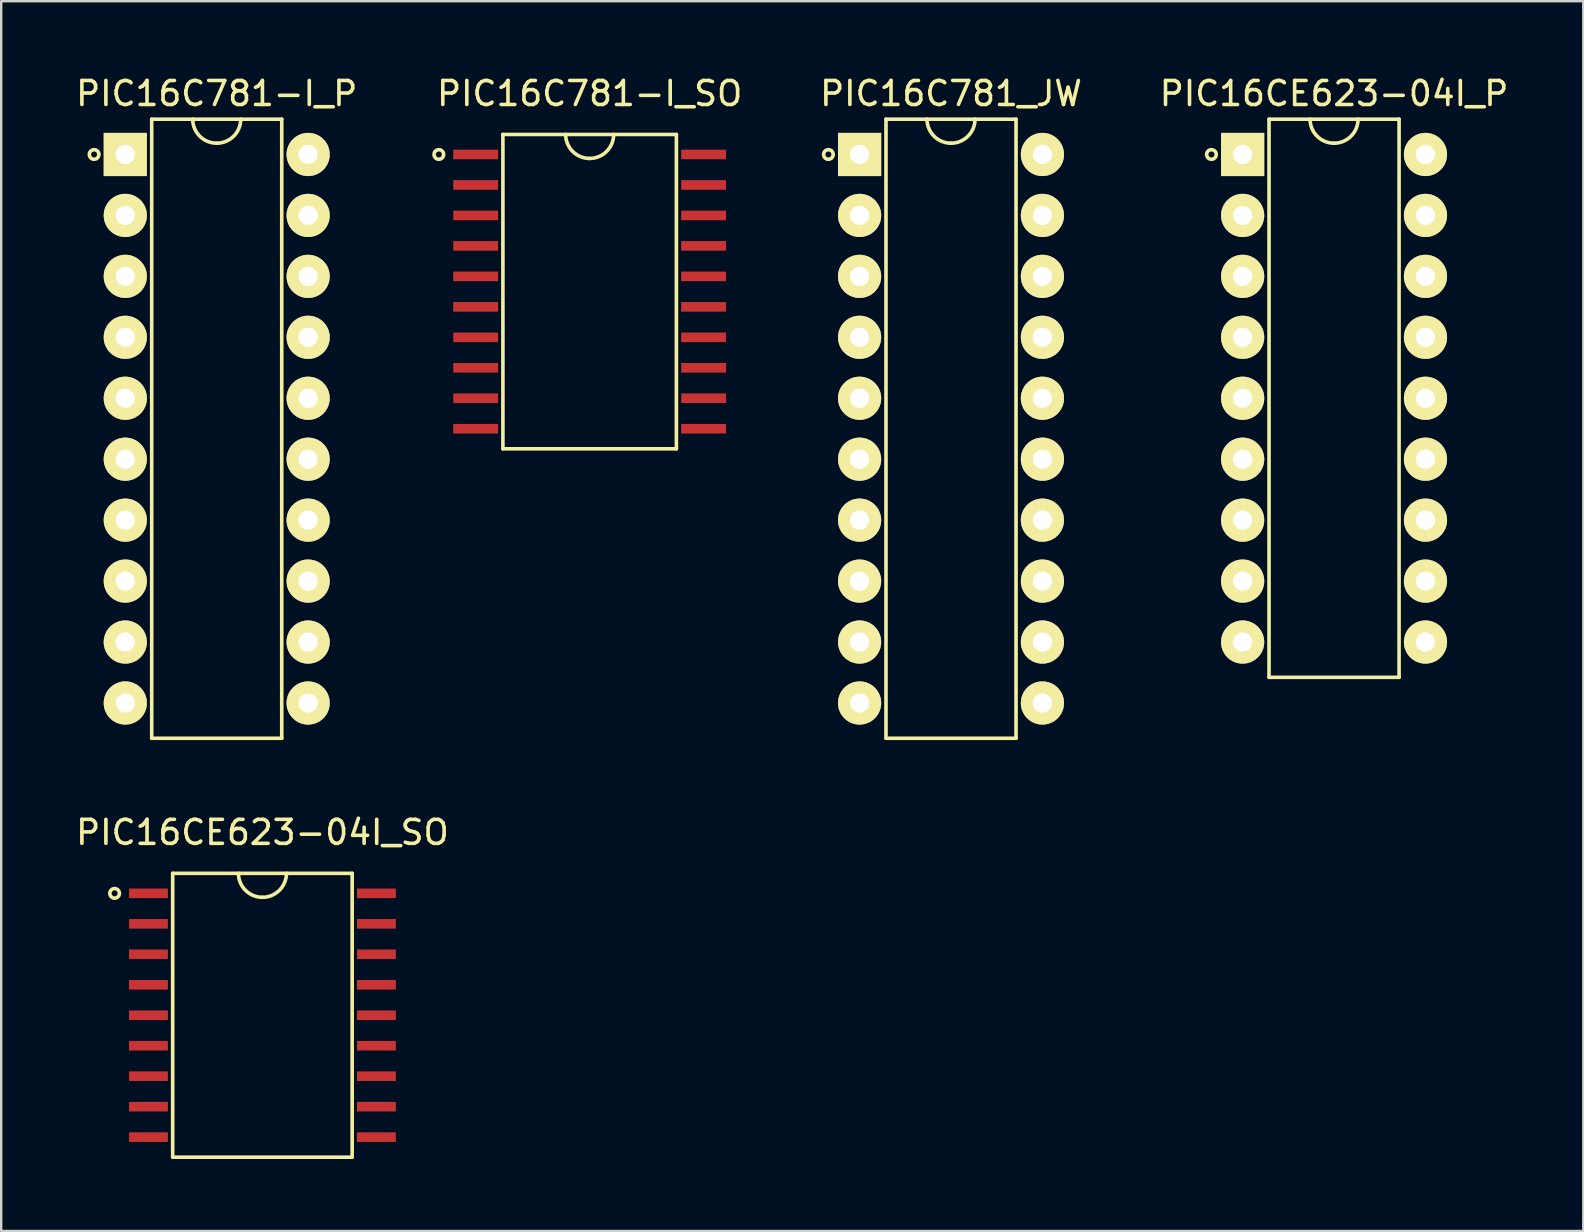
<source format=kicad_pcb>
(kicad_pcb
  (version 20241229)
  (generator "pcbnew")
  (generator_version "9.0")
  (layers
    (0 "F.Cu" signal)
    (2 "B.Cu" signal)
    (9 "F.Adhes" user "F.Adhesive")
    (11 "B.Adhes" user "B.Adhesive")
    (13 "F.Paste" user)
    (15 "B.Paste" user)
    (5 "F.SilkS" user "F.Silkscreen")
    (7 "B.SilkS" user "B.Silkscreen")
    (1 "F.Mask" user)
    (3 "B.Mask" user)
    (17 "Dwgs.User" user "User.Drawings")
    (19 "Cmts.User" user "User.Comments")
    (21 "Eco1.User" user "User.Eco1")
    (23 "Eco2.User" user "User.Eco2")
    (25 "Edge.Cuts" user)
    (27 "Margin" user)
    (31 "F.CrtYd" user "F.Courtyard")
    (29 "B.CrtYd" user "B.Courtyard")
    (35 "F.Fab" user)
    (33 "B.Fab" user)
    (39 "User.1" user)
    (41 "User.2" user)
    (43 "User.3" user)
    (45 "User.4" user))
  (footprint "PIC16CE623-04I_SO"
    (layer "F.Cu")
    (at 3.137 34.181)
    (property "Reference" "PIC16CE623-04I_SO" (at 4.75 -2.54 0) (layer "F.SilkS") (effects (font (size 1 1) (thickness 0.15))))
    (attr through_hole)
    (fp_line (start 1.01 -0.835) (end 8.49 -0.835) (stroke (width 0.15) (type solid)) (layer "F.SilkS"))
    (fp_line (start 1.01 10.995) (end 1.01 -0.835) (stroke (width 0.15) (type solid)) (layer "F.SilkS"))
    (fp_line (start 8.49 -0.835) (end 8.49 10.995) (stroke (width 0.15) (type solid)) (layer "F.SilkS"))
    (fp_line (start 8.49 10.995) (end 1.01 10.995) (stroke (width 0.15) (type solid)) (layer "F.SilkS"))
    (fp_arc (start 4.75 0.165) (mid 4.042893 -0.127893) (end 3.75 -0.835) (stroke (width 0.15) (type solid)) (layer "F.SilkS"))
    (fp_arc (start 5.75 -0.835) (mid 5.457107 -0.127893) (end 4.75 0.165) (stroke (width 0.15) (type solid)) (layer "F.SilkS"))
    (fp_circle (center -1.41 0) (end -1.41 0.2) (stroke (width 0.15) (type solid)) (fill no) (layer "F.SilkS"))
    (pad "1" smd rect (at 0 0) (size 1.62 0.4) (layers "F.Cu" "F.Mask" "F.Paste"))
    (pad "2" smd rect (at 0 1.27) (size 1.62 0.4) (layers "F.Cu" "F.Mask" "F.Paste"))
    (pad "3" smd rect (at 0 2.54) (size 1.62 0.4) (layers "F.Cu" "F.Mask" "F.Paste"))
    (pad "4" smd rect (at 0 3.81) (size 1.62 0.4) (layers "F.Cu" "F.Mask" "F.Paste"))
    (pad "5" smd rect (at 0 5.08) (size 1.62 0.4) (layers "F.Cu" "F.Mask" "F.Paste"))
    (pad "6" smd rect (at 0 6.35) (size 1.62 0.4) (layers "F.Cu" "F.Mask" "F.Paste"))
    (pad "7" smd rect (at 0 7.62) (size 1.62 0.4) (layers "F.Cu" "F.Mask" "F.Paste"))
    (pad "8" smd rect (at 0 8.89) (size 1.62 0.4) (layers "F.Cu" "F.Mask" "F.Paste"))
    (pad "9" smd rect (at 0 10.16) (size 1.62 0.4) (layers "F.Cu" "F.Mask" "F.Paste"))
    (pad "10" smd rect (at 9.5 10.16) (size 1.62 0.4) (layers "F.Cu" "F.Mask" "F.Paste"))
    (pad "11" smd rect (at 9.5 8.89) (size 1.62 0.4) (layers "F.Cu" "F.Mask" "F.Paste"))
    (pad "12" smd rect (at 9.5 7.62) (size 1.62 0.4) (layers "F.Cu" "F.Mask" "F.Paste"))
    (pad "13" smd rect (at 9.5 6.35) (size 1.62 0.4) (layers "F.Cu" "F.Mask" "F.Paste"))
    (pad "14" smd rect (at 9.5 5.08) (size 1.62 0.4) (layers "F.Cu" "F.Mask" "F.Paste"))
    (pad "15" smd rect (at 9.5 3.81) (size 1.62 0.4) (layers "F.Cu" "F.Mask" "F.Paste"))
    (pad "16" smd rect (at 9.5 2.54) (size 1.62 0.4) (layers "F.Cu" "F.Mask" "F.Paste"))
    (pad "17" smd rect (at 9.5 1.27) (size 1.62 0.4) (layers "F.Cu" "F.Mask" "F.Paste"))
    (pad "18" smd rect (at 9.5 0) (size 1.62 0.4) (layers "F.Cu" "F.Mask" "F.Paste")))
  (footprint "PIC16C781-I_SO"
    (layer "F.Cu")
    (at 16.774 3.388)
    (property "Reference" "PIC16C781-I_SO" (at 4.75 -2.54 0) (layer "F.SilkS") (effects (font (size 1 1) (thickness 0.15))))
    (attr through_hole)
    (fp_line (start 1.135 -0.835) (end 8.365 -0.835) (stroke (width 0.15) (type solid)) (layer "F.SilkS"))
    (fp_line (start 1.135 12.265) (end 1.135 -0.835) (stroke (width 0.15) (type solid)) (layer "F.SilkS"))
    (fp_line (start 8.365 -0.835) (end 8.365 12.265) (stroke (width 0.15) (type solid)) (layer "F.SilkS"))
    (fp_line (start 8.365 12.265) (end 1.135 12.265) (stroke (width 0.15) (type solid)) (layer "F.SilkS"))
    (fp_arc (start 4.75 0.165) (mid 4.042893 -0.127893) (end 3.75 -0.835) (stroke (width 0.15) (type solid)) (layer "F.SilkS"))
    (fp_arc (start 5.75 -0.835) (mid 5.457107 -0.127893) (end 4.75 0.165) (stroke (width 0.15) (type solid)) (layer "F.SilkS"))
    (fp_circle (center -1.535 0) (end -1.535 0.2) (stroke (width 0.15) (type solid)) (fill no) (layer "F.SilkS"))
    (pad "1" smd rect (at 0 0) (size 1.87 0.4) (layers "F.Cu" "F.Mask" "F.Paste"))
    (pad "2" smd rect (at 0 1.27) (size 1.87 0.4) (layers "F.Cu" "F.Mask" "F.Paste"))
    (pad "3" smd rect (at 0 2.54) (size 1.87 0.4) (layers "F.Cu" "F.Mask" "F.Paste"))
    (pad "4" smd rect (at 0 3.81) (size 1.87 0.4) (layers "F.Cu" "F.Mask" "F.Paste"))
    (pad "5" smd rect (at 0 5.08) (size 1.87 0.4) (layers "F.Cu" "F.Mask" "F.Paste"))
    (pad "6" smd rect (at 0 6.35) (size 1.87 0.4) (layers "F.Cu" "F.Mask" "F.Paste"))
    (pad "7" smd rect (at 0 7.62) (size 1.87 0.4) (layers "F.Cu" "F.Mask" "F.Paste"))
    (pad "8" smd rect (at 0 8.89) (size 1.87 0.4) (layers "F.Cu" "F.Mask" "F.Paste"))
    (pad "9" smd rect (at 0 10.16) (size 1.87 0.4) (layers "F.Cu" "F.Mask" "F.Paste"))
    (pad "10" smd rect (at 0 11.43) (size 1.87 0.4) (layers "F.Cu" "F.Mask" "F.Paste"))
    (pad "11" smd rect (at 9.5 11.43) (size 1.87 0.4) (layers "F.Cu" "F.Mask" "F.Paste"))
    (pad "12" smd rect (at 9.5 10.16) (size 1.87 0.4) (layers "F.Cu" "F.Mask" "F.Paste"))
    (pad "13" smd rect (at 9.5 8.89) (size 1.87 0.4) (layers "F.Cu" "F.Mask" "F.Paste"))
    (pad "14" smd rect (at 9.5 7.62) (size 1.87 0.4) (layers "F.Cu" "F.Mask" "F.Paste"))
    (pad "15" smd rect (at 9.5 6.35) (size 1.87 0.4) (layers "F.Cu" "F.Mask" "F.Paste"))
    (pad "16" smd rect (at 9.5 5.08) (size 1.87 0.4) (layers "F.Cu" "F.Mask" "F.Paste"))
    (pad "17" smd rect (at 9.5 3.81) (size 1.87 0.4) (layers "F.Cu" "F.Mask" "F.Paste"))
    (pad "18" smd rect (at 9.5 2.54) (size 1.87 0.4) (layers "F.Cu" "F.Mask" "F.Paste"))
    (pad "19" smd rect (at 9.5 1.27) (size 1.87 0.4) (layers "F.Cu" "F.Mask" "F.Paste"))
    (pad "20" smd rect (at 9.5 0) (size 1.87 0.4) (layers "F.Cu" "F.Mask" "F.Paste")))
  (footprint "PIC16CE623-04I_P"
    (layer "F.Cu")
    (at 48.738 3.388)
    (property "Reference" "PIC16CE623-04I_P" (at 3.81 -2.54 0) (layer "F.SilkS") (effects (font (size 1 1) (thickness 0.15))))
    (attr through_hole)
    (fp_line (start 1.1 -1.47) (end 6.52 -1.47) (stroke (width 0.15) (type solid)) (layer "F.SilkS"))
    (fp_line (start 1.1 21.79) (end 1.1 -1.47) (stroke (width 0.15) (type solid)) (layer "F.SilkS"))
    (fp_line (start 6.52 -1.47) (end 6.52 21.79) (stroke (width 0.15) (type solid)) (layer "F.SilkS"))
    (fp_line (start 6.52 21.79) (end 1.1 21.79) (stroke (width 0.15) (type solid)) (layer "F.SilkS"))
    (fp_arc (start 3.81 -0.47) (mid 3.102893 -0.762893) (end 2.81 -1.47) (stroke (width 0.15) (type solid)) (layer "F.SilkS"))
    (fp_arc (start 4.81 -1.47) (mid 4.517107 -0.762893) (end 3.81 -0.47) (stroke (width 0.15) (type solid)) (layer "F.SilkS"))
    (fp_circle (center -1.3 0) (end -1.3 0.2) (stroke (width 0.15) (type solid)) (fill no) (layer "F.SilkS"))
    (pad "1" thru_hole rect (at 0 0) (size 1.8 1.8) (drill 0.8) (layers "*.Cu" "*.Mask" "F.SilkS"))
    (pad "2" thru_hole circle (at 0 2.54) (size 1.8 1.8) (drill 0.8) (layers "*.Cu" "*.Mask" "F.SilkS"))
    (pad "3" thru_hole circle (at 0 5.08) (size 1.8 1.8) (drill 0.8) (layers "*.Cu" "*.Mask" "F.SilkS"))
    (pad "4" thru_hole circle (at 0 7.62) (size 1.8 1.8) (drill 0.8) (layers "*.Cu" "*.Mask" "F.SilkS"))
    (pad "5" thru_hole circle (at 0 10.16) (size 1.8 1.8) (drill 0.8) (layers "*.Cu" "*.Mask" "F.SilkS"))
    (pad "6" thru_hole circle (at 0 12.7) (size 1.8 1.8) (drill 0.8) (layers "*.Cu" "*.Mask" "F.SilkS"))
    (pad "7" thru_hole circle (at 0 15.24) (size 1.8 1.8) (drill 0.8) (layers "*.Cu" "*.Mask" "F.SilkS"))
    (pad "8" thru_hole circle (at 0 17.78) (size 1.8 1.8) (drill 0.8) (layers "*.Cu" "*.Mask" "F.SilkS"))
    (pad "9" thru_hole circle (at 0 20.32) (size 1.8 1.8) (drill 0.8) (layers "*.Cu" "*.Mask" "F.SilkS"))
    (pad "10" thru_hole circle (at 7.62 20.32) (size 1.8 1.8) (drill 0.8) (layers "*.Cu" "*.Mask" "F.SilkS"))
    (pad "11" thru_hole circle (at 7.62 17.78) (size 1.8 1.8) (drill 0.8) (layers "*.Cu" "*.Mask" "F.SilkS"))
    (pad "12" thru_hole circle (at 7.62 15.24) (size 1.8 1.8) (drill 0.8) (layers "*.Cu" "*.Mask" "F.SilkS"))
    (pad "13" thru_hole circle (at 7.62 12.7) (size 1.8 1.8) (drill 0.8) (layers "*.Cu" "*.Mask" "F.SilkS"))
    (pad "14" thru_hole circle (at 7.62 10.16) (size 1.8 1.8) (drill 0.8) (layers "*.Cu" "*.Mask" "F.SilkS"))
    (pad "15" thru_hole circle (at 7.62 7.62) (size 1.8 1.8) (drill 0.8) (layers "*.Cu" "*.Mask" "F.SilkS"))
    (pad "16" thru_hole circle (at 7.62 5.08) (size 1.8 1.8) (drill 0.8) (layers "*.Cu" "*.Mask" "F.SilkS"))
    (pad "17" thru_hole circle (at 7.62 2.54) (size 1.8 1.8) (drill 0.8) (layers "*.Cu" "*.Mask" "F.SilkS"))
    (pad "18" thru_hole circle (at 7.62 0) (size 1.8 1.8) (drill 0.8) (layers "*.Cu" "*.Mask" "F.SilkS")))
  (footprint "PIC16C781_JW"
    (layer "F.Cu")
    (at 32.774 3.388)
    (property "Reference" "PIC16C781_JW" (at 3.81 -2.54 0) (layer "F.SilkS") (effects (font (size 1 1) (thickness 0.15))))
    (attr through_hole)
    (fp_line (start 1.1 -1.47) (end 6.52 -1.47) (stroke (width 0.15) (type solid)) (layer "F.SilkS"))
    (fp_line (start 1.1 24.33) (end 1.1 -1.47) (stroke (width 0.15) (type solid)) (layer "F.SilkS"))
    (fp_line (start 6.52 -1.47) (end 6.52 24.33) (stroke (width 0.15) (type solid)) (layer "F.SilkS"))
    (fp_line (start 6.52 24.33) (end 1.1 24.33) (stroke (width 0.15) (type solid)) (layer "F.SilkS"))
    (fp_arc (start 3.81 -0.47) (mid 3.102893 -0.762893) (end 2.81 -1.47) (stroke (width 0.15) (type solid)) (layer "F.SilkS"))
    (fp_arc (start 4.81 -1.47) (mid 4.517107 -0.762893) (end 3.81 -0.47) (stroke (width 0.15) (type solid)) (layer "F.SilkS"))
    (fp_circle (center -1.3 0) (end -1.3 0.2) (stroke (width 0.15) (type solid)) (fill no) (layer "F.SilkS"))
    (pad "1" thru_hole rect (at 0 0) (size 1.8 1.8) (drill 0.8) (layers "*.Cu" "*.Mask" "F.SilkS"))
    (pad "2" thru_hole circle (at 0 2.54) (size 1.8 1.8) (drill 0.8) (layers "*.Cu" "*.Mask" "F.SilkS"))
    (pad "3" thru_hole circle (at 0 5.08) (size 1.8 1.8) (drill 0.8) (layers "*.Cu" "*.Mask" "F.SilkS"))
    (pad "4" thru_hole circle (at 0 7.62) (size 1.8 1.8) (drill 0.8) (layers "*.Cu" "*.Mask" "F.SilkS"))
    (pad "5" thru_hole circle (at 0 10.16) (size 1.8 1.8) (drill 0.8) (layers "*.Cu" "*.Mask" "F.SilkS"))
    (pad "6" thru_hole circle (at 0 12.7) (size 1.8 1.8) (drill 0.8) (layers "*.Cu" "*.Mask" "F.SilkS"))
    (pad "7" thru_hole circle (at 0 15.24) (size 1.8 1.8) (drill 0.8) (layers "*.Cu" "*.Mask" "F.SilkS"))
    (pad "8" thru_hole circle (at 0 17.78) (size 1.8 1.8) (drill 0.8) (layers "*.Cu" "*.Mask" "F.SilkS"))
    (pad "9" thru_hole circle (at 0 20.32) (size 1.8 1.8) (drill 0.8) (layers "*.Cu" "*.Mask" "F.SilkS"))
    (pad "10" thru_hole circle (at 0 22.86) (size 1.8 1.8) (drill 0.8) (layers "*.Cu" "*.Mask" "F.SilkS"))
    (pad "11" thru_hole circle (at 7.62 22.86) (size 1.8 1.8) (drill 0.8) (layers "*.Cu" "*.Mask" "F.SilkS"))
    (pad "12" thru_hole circle (at 7.62 20.32) (size 1.8 1.8) (drill 0.8) (layers "*.Cu" "*.Mask" "F.SilkS"))
    (pad "13" thru_hole circle (at 7.62 17.78) (size 1.8 1.8) (drill 0.8) (layers "*.Cu" "*.Mask" "F.SilkS"))
    (pad "14" thru_hole circle (at 7.62 15.24) (size 1.8 1.8) (drill 0.8) (layers "*.Cu" "*.Mask" "F.SilkS"))
    (pad "15" thru_hole circle (at 7.62 12.7) (size 1.8 1.8) (drill 0.8) (layers "*.Cu" "*.Mask" "F.SilkS"))
    (pad "16" thru_hole circle (at 7.62 10.16) (size 1.8 1.8) (drill 0.8) (layers "*.Cu" "*.Mask" "F.SilkS"))
    (pad "17" thru_hole circle (at 7.62 7.62) (size 1.8 1.8) (drill 0.8) (layers "*.Cu" "*.Mask" "F.SilkS"))
    (pad "18" thru_hole circle (at 7.62 5.08) (size 1.8 1.8) (drill 0.8) (layers "*.Cu" "*.Mask" "F.SilkS"))
    (pad "19" thru_hole circle (at 7.62 2.54) (size 1.8 1.8) (drill 0.8) (layers "*.Cu" "*.Mask" "F.SilkS"))
    (pad "20" thru_hole circle (at 7.62 0) (size 1.8 1.8) (drill 0.8) (layers "*.Cu" "*.Mask" "F.SilkS")))
  (footprint "PIC16C781-I_P"
    (layer "F.Cu")
    (at 2.172 3.388)
    (property "Reference" "PIC16C781-I_P" (at 3.81 -2.54 0) (layer "F.SilkS") (effects (font (size 1 1) (thickness 0.15))))
    (attr through_hole)
    (fp_line (start 1.1 -1.47) (end 6.52 -1.47) (stroke (width 0.15) (type solid)) (layer "F.SilkS"))
    (fp_line (start 1.1 24.33) (end 1.1 -1.47) (stroke (width 0.15) (type solid)) (layer "F.SilkS"))
    (fp_line (start 6.52 -1.47) (end 6.52 24.33) (stroke (width 0.15) (type solid)) (layer "F.SilkS"))
    (fp_line (start 6.52 24.33) (end 1.1 24.33) (stroke (width 0.15) (type solid)) (layer "F.SilkS"))
    (fp_arc (start 3.81 -0.47) (mid 3.102893 -0.762893) (end 2.81 -1.47) (stroke (width 0.15) (type solid)) (layer "F.SilkS"))
    (fp_arc (start 4.81 -1.47) (mid 4.517107 -0.762893) (end 3.81 -0.47) (stroke (width 0.15) (type solid)) (layer "F.SilkS"))
    (fp_circle (center -1.3 0) (end -1.3 0.2) (stroke (width 0.15) (type solid)) (fill no) (layer "F.SilkS"))
    (pad "1" thru_hole rect (at 0 0) (size 1.8 1.8) (drill 0.8) (layers "*.Cu" "*.Mask" "F.SilkS"))
    (pad "2" thru_hole circle (at 0 2.54) (size 1.8 1.8) (drill 0.8) (layers "*.Cu" "*.Mask" "F.SilkS"))
    (pad "3" thru_hole circle (at 0 5.08) (size 1.8 1.8) (drill 0.8) (layers "*.Cu" "*.Mask" "F.SilkS"))
    (pad "4" thru_hole circle (at 0 7.62) (size 1.8 1.8) (drill 0.8) (layers "*.Cu" "*.Mask" "F.SilkS"))
    (pad "5" thru_hole circle (at 0 10.16) (size 1.8 1.8) (drill 0.8) (layers "*.Cu" "*.Mask" "F.SilkS"))
    (pad "6" thru_hole circle (at 0 12.7) (size 1.8 1.8) (drill 0.8) (layers "*.Cu" "*.Mask" "F.SilkS"))
    (pad "7" thru_hole circle (at 0 15.24) (size 1.8 1.8) (drill 0.8) (layers "*.Cu" "*.Mask" "F.SilkS"))
    (pad "8" thru_hole circle (at 0 17.78) (size 1.8 1.8) (drill 0.8) (layers "*.Cu" "*.Mask" "F.SilkS"))
    (pad "9" thru_hole circle (at 0 20.32) (size 1.8 1.8) (drill 0.8) (layers "*.Cu" "*.Mask" "F.SilkS"))
    (pad "10" thru_hole circle (at 0 22.86) (size 1.8 1.8) (drill 0.8) (layers "*.Cu" "*.Mask" "F.SilkS"))
    (pad "11" thru_hole circle (at 7.62 22.86) (size 1.8 1.8) (drill 0.8) (layers "*.Cu" "*.Mask" "F.SilkS"))
    (pad "12" thru_hole circle (at 7.62 20.32) (size 1.8 1.8) (drill 0.8) (layers "*.Cu" "*.Mask" "F.SilkS"))
    (pad "13" thru_hole circle (at 7.62 17.78) (size 1.8 1.8) (drill 0.8) (layers "*.Cu" "*.Mask" "F.SilkS"))
    (pad "14" thru_hole circle (at 7.62 15.24) (size 1.8 1.8) (drill 0.8) (layers "*.Cu" "*.Mask" "F.SilkS"))
    (pad "15" thru_hole circle (at 7.62 12.7) (size 1.8 1.8) (drill 0.8) (layers "*.Cu" "*.Mask" "F.SilkS"))
    (pad "16" thru_hole circle (at 7.62 10.16) (size 1.8 1.8) (drill 0.8) (layers "*.Cu" "*.Mask" "F.SilkS"))
    (pad "17" thru_hole circle (at 7.62 7.62) (size 1.8 1.8) (drill 0.8) (layers "*.Cu" "*.Mask" "F.SilkS"))
    (pad "18" thru_hole circle (at 7.62 5.08) (size 1.8 1.8) (drill 0.8) (layers "*.Cu" "*.Mask" "F.SilkS"))
    (pad "19" thru_hole circle (at 7.62 2.54) (size 1.8 1.8) (drill 0.8) (layers "*.Cu" "*.Mask" "F.SilkS"))
    (pad "20" thru_hole circle (at 7.62 0) (size 1.8 1.8) (drill 0.8) (layers "*.Cu" "*.Mask" "F.SilkS")))
  (gr_rect
    (start -3 -3)
    (end 62.935 48.252)
    (stroke (width 0.1) (type default))
    (fill no)
    (layer "Edge.Cuts")))
</source>
